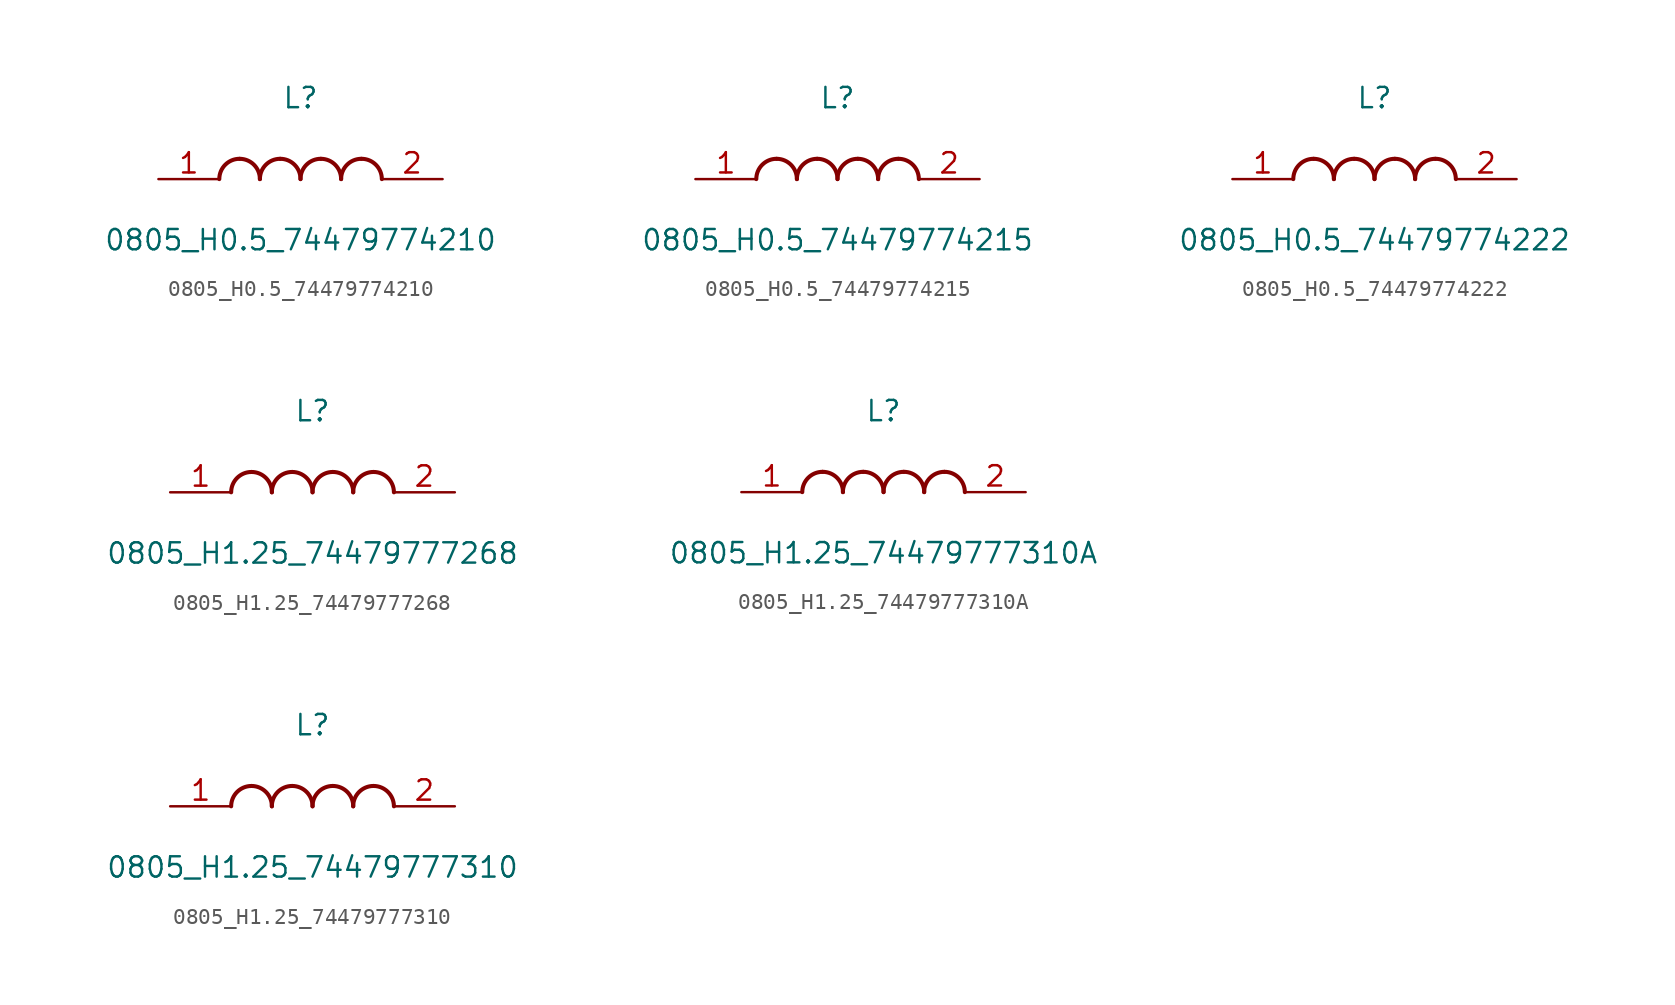
<source format=kicad_sym>
(kicad_symbol_lib
  (version 20211014)
  (generator kicad_symbol_editor)
  (symbol "Inductor_Wurth_WE-PMI:0805_H0.5_74479774210"
    (pin_names hide)
    (property "Reference" "L"
      (at 0 5.08 0)
      (effects (font (size 1.27 1.27))))
    (property "Value" "0805_H0.5_74479774210"
      (at 0 -3.81 0)
      (effects (font (size 1.27 1.27))))
    (symbol "0805_H0.5_74479774210_0_1"
      (arc (start -3.81 1.27) (mid -4.708 0.898) (end -5.08 0) (stroke (width 0.254) (type default) (color 0 0 0 0)) (fill (type none)))
      (arc (start -2.54 0) (mid -2.912 0.898) (end -3.81 1.27) (stroke (width 0.254) (type default) (color 0 0 0 0)) (fill (type none)))
      (arc (start -1.2699 1.2701) (mid -2.1679 0.8981) (end -2.5399 0.0001) (stroke (width 0.254) (type default) (color 0 0 0 0)) (fill (type none)))
      (arc (start 0.0001 0.0001) (mid -0.3719 0.8981) (end -1.2699 1.2701) (stroke (width 0.254) (type default) (color 0 0 0 0)) (fill (type none)))
      (arc (start 1.2701 1.2701) (mid 0.3721 0.8981) (end 0.0001 0.0001) (stroke (width 0.254) (type default) (color 0 0 0 0)) (fill (type none)))
      (arc (start 2.5401 0.0001) (mid 2.1681 0.8981) (end 1.2701 1.2701) (stroke (width 0.254) (type default) (color 0 0 0 0)) (fill (type none)))
      (arc (start 3.8101 1.2701) (mid 2.9121 0.8981) (end 2.5401 0.0001) (stroke (width 0.254) (type default) (color 0 0 0 0)) (fill (type none)))
      (arc (start 5.0801 0.0001) (mid 4.7081 0.8981) (end 3.8101 1.2701) (stroke (width 0.254) (type default) (color 0 0 0 0)) (fill (type none))))
    (symbol "0805_H0.5_74479774210_1_1"
      (pin passive line (at -8.89 0 0) (length 3.81) (name "1" (effects (font (size 1.27 1.27)))) (number "1" (effects (font (size 1.27 1.27)))))
      (pin passive line (at 8.89 0 180) (length 3.81) (name "2" (effects (font (size 1.27 1.27)))) (number "2" (effects (font (size 1.27 1.27)))))))
  (symbol "Inductor_Wurth_WE-PMI:0805_H0.5_74479774215"
    (pin_names hide)
    (property "Reference" "L"
      (at 0 5.08 0)
      (effects (font (size 1.27 1.27))))
    (property "Value" "0805_H0.5_74479774215"
      (at 0 -3.81 0)
      (effects (font (size 1.27 1.27))))
    (symbol "0805_H0.5_74479774215_0_1"
      (arc (start -3.81 1.27) (mid -4.708 0.898) (end -5.08 0) (stroke (width 0.254) (type default) (color 0 0 0 0)) (fill (type none)))
      (arc (start -2.54 0) (mid -2.912 0.898) (end -3.81 1.27) (stroke (width 0.254) (type default) (color 0 0 0 0)) (fill (type none)))
      (arc (start -1.2699 1.2701) (mid -2.1679 0.8981) (end -2.5399 0.0001) (stroke (width 0.254) (type default) (color 0 0 0 0)) (fill (type none)))
      (arc (start 0.0001 0.0001) (mid -0.3719 0.8981) (end -1.2699 1.2701) (stroke (width 0.254) (type default) (color 0 0 0 0)) (fill (type none)))
      (arc (start 1.2701 1.2701) (mid 0.3721 0.8981) (end 0.0001 0.0001) (stroke (width 0.254) (type default) (color 0 0 0 0)) (fill (type none)))
      (arc (start 2.5401 0.0001) (mid 2.1681 0.8981) (end 1.2701 1.2701) (stroke (width 0.254) (type default) (color 0 0 0 0)) (fill (type none)))
      (arc (start 3.8101 1.2701) (mid 2.9121 0.8981) (end 2.5401 0.0001) (stroke (width 0.254) (type default) (color 0 0 0 0)) (fill (type none)))
      (arc (start 5.0801 0.0001) (mid 4.7081 0.8981) (end 3.8101 1.2701) (stroke (width 0.254) (type default) (color 0 0 0 0)) (fill (type none))))
    (symbol "0805_H0.5_74479774215_1_1"
      (pin passive line (at -8.89 0 0) (length 3.81) (name "1" (effects (font (size 1.27 1.27)))) (number "1" (effects (font (size 1.27 1.27)))))
      (pin passive line (at 8.89 0 180) (length 3.81) (name "2" (effects (font (size 1.27 1.27)))) (number "2" (effects (font (size 1.27 1.27)))))))
  (symbol "Inductor_Wurth_WE-PMI:0805_H0.5_74479774222"
    (pin_names hide)
    (property "Reference" "L"
      (at 0 5.08 0)
      (effects (font (size 1.27 1.27))))
    (property "Value" "0805_H0.5_74479774222"
      (at 0 -3.81 0)
      (effects (font (size 1.27 1.27))))
    (symbol "0805_H0.5_74479774222_0_1"
      (arc (start -3.81 1.27) (mid -4.708 0.898) (end -5.08 0) (stroke (width 0.254) (type default) (color 0 0 0 0)) (fill (type none)))
      (arc (start -2.54 0) (mid -2.912 0.898) (end -3.81 1.27) (stroke (width 0.254) (type default) (color 0 0 0 0)) (fill (type none)))
      (arc (start -1.2699 1.2701) (mid -2.1679 0.8981) (end -2.5399 0.0001) (stroke (width 0.254) (type default) (color 0 0 0 0)) (fill (type none)))
      (arc (start 0.0001 0.0001) (mid -0.3719 0.8981) (end -1.2699 1.2701) (stroke (width 0.254) (type default) (color 0 0 0 0)) (fill (type none)))
      (arc (start 1.2701 1.2701) (mid 0.3721 0.8981) (end 0.0001 0.0001) (stroke (width 0.254) (type default) (color 0 0 0 0)) (fill (type none)))
      (arc (start 2.5401 0.0001) (mid 2.1681 0.8981) (end 1.2701 1.2701) (stroke (width 0.254) (type default) (color 0 0 0 0)) (fill (type none)))
      (arc (start 3.8101 1.2701) (mid 2.9121 0.8981) (end 2.5401 0.0001) (stroke (width 0.254) (type default) (color 0 0 0 0)) (fill (type none)))
      (arc (start 5.0801 0.0001) (mid 4.7081 0.8981) (end 3.8101 1.2701) (stroke (width 0.254) (type default) (color 0 0 0 0)) (fill (type none))))
    (symbol "0805_H0.5_74479774222_1_1"
      (pin passive line (at -8.89 0 0) (length 3.81) (name "1" (effects (font (size 1.27 1.27)))) (number "1" (effects (font (size 1.27 1.27)))))
      (pin passive line (at 8.89 0 180) (length 3.81) (name "2" (effects (font (size 1.27 1.27)))) (number "2" (effects (font (size 1.27 1.27)))))))
  (symbol "Inductor_Wurth_WE-PMI:0805_H1.25_74479777268"
    (pin_names hide)
    (property "Reference" "L"
      (at 0 5.08 0)
      (effects (font (size 1.27 1.27))))
    (property "Value" "0805_H1.25_74479777268"
      (at 0 -3.81 0)
      (effects (font (size 1.27 1.27))))
    (symbol "0805_H1.25_74479777268_0_1"
      (arc (start -3.81 1.27) (mid -4.708 0.898) (end -5.08 0) (stroke (width 0.254) (type default) (color 0 0 0 0)) (fill (type none)))
      (arc (start -2.54 0) (mid -2.912 0.898) (end -3.81 1.27) (stroke (width 0.254) (type default) (color 0 0 0 0)) (fill (type none)))
      (arc (start -1.2699 1.2701) (mid -2.1679 0.8981) (end -2.5399 0.0001) (stroke (width 0.254) (type default) (color 0 0 0 0)) (fill (type none)))
      (arc (start 0.0001 0.0001) (mid -0.3719 0.8981) (end -1.2699 1.2701) (stroke (width 0.254) (type default) (color 0 0 0 0)) (fill (type none)))
      (arc (start 1.2701 1.2701) (mid 0.3721 0.8981) (end 0.0001 0.0001) (stroke (width 0.254) (type default) (color 0 0 0 0)) (fill (type none)))
      (arc (start 2.5401 0.0001) (mid 2.1681 0.8981) (end 1.2701 1.2701) (stroke (width 0.254) (type default) (color 0 0 0 0)) (fill (type none)))
      (arc (start 3.8101 1.2701) (mid 2.9121 0.8981) (end 2.5401 0.0001) (stroke (width 0.254) (type default) (color 0 0 0 0)) (fill (type none)))
      (arc (start 5.0801 0.0001) (mid 4.7081 0.8981) (end 3.8101 1.2701) (stroke (width 0.254) (type default) (color 0 0 0 0)) (fill (type none))))
    (symbol "0805_H1.25_74479777268_1_1"
      (pin passive line (at -8.89 0 0) (length 3.81) (name "1" (effects (font (size 1.27 1.27)))) (number "1" (effects (font (size 1.27 1.27)))))
      (pin passive line (at 8.89 0 180) (length 3.81) (name "2" (effects (font (size 1.27 1.27)))) (number "2" (effects (font (size 1.27 1.27)))))))
  (symbol "Inductor_Wurth_WE-PMI:0805_H1.25_74479777310A"
    (pin_names hide)
    (property "Reference" "L"
      (at 0 5.08 0)
      (effects (font (size 1.27 1.27))))
    (property "Value" "0805_H1.25_74479777310A"
      (at 0 -3.81 0)
      (effects (font (size 1.27 1.27))))
    (symbol "0805_H1.25_74479777310A_0_1"
      (arc (start -3.81 1.27) (mid -4.708 0.898) (end -5.08 0) (stroke (width 0.254) (type default) (color 0 0 0 0)) (fill (type none)))
      (arc (start -2.54 0) (mid -2.912 0.898) (end -3.81 1.27) (stroke (width 0.254) (type default) (color 0 0 0 0)) (fill (type none)))
      (arc (start -1.2699 1.2701) (mid -2.1679 0.8981) (end -2.5399 0.0001) (stroke (width 0.254) (type default) (color 0 0 0 0)) (fill (type none)))
      (arc (start 0.0001 0.0001) (mid -0.3719 0.8981) (end -1.2699 1.2701) (stroke (width 0.254) (type default) (color 0 0 0 0)) (fill (type none)))
      (arc (start 1.2701 1.2701) (mid 0.3721 0.8981) (end 0.0001 0.0001) (stroke (width 0.254) (type default) (color 0 0 0 0)) (fill (type none)))
      (arc (start 2.5401 0.0001) (mid 2.1681 0.8981) (end 1.2701 1.2701) (stroke (width 0.254) (type default) (color 0 0 0 0)) (fill (type none)))
      (arc (start 3.8101 1.2701) (mid 2.9121 0.8981) (end 2.5401 0.0001) (stroke (width 0.254) (type default) (color 0 0 0 0)) (fill (type none)))
      (arc (start 5.0801 0.0001) (mid 4.7081 0.8981) (end 3.8101 1.2701) (stroke (width 0.254) (type default) (color 0 0 0 0)) (fill (type none))))
    (symbol "0805_H1.25_74479777310A_1_1"
      (pin passive line (at -8.89 0 0) (length 3.81) (name "1" (effects (font (size 1.27 1.27)))) (number "1" (effects (font (size 1.27 1.27)))))
      (pin passive line (at 8.89 0 180) (length 3.81) (name "2" (effects (font (size 1.27 1.27)))) (number "2" (effects (font (size 1.27 1.27)))))))
  (symbol "Inductor_Wurth_WE-PMI:0805_H1.25_74479777310"
    (pin_names hide)
    (property "Reference" "L"
      (at 0 5.08 0)
      (effects (font (size 1.27 1.27))))
    (property "Value" "0805_H1.25_74479777310"
      (at 0 -3.81 0)
      (effects (font (size 1.27 1.27))))
    (symbol "0805_H1.25_74479777310_0_1"
      (arc (start -3.81 1.27) (mid -4.708 0.898) (end -5.08 0) (stroke (width 0.254) (type default) (color 0 0 0 0)) (fill (type none)))
      (arc (start -2.54 0) (mid -2.912 0.898) (end -3.81 1.27) (stroke (width 0.254) (type default) (color 0 0 0 0)) (fill (type none)))
      (arc (start -1.2699 1.2701) (mid -2.1679 0.8981) (end -2.5399 0.0001) (stroke (width 0.254) (type default) (color 0 0 0 0)) (fill (type none)))
      (arc (start 0.0001 0.0001) (mid -0.3719 0.8981) (end -1.2699 1.2701) (stroke (width 0.254) (type default) (color 0 0 0 0)) (fill (type none)))
      (arc (start 1.2701 1.2701) (mid 0.3721 0.8981) (end 0.0001 0.0001) (stroke (width 0.254) (type default) (color 0 0 0 0)) (fill (type none)))
      (arc (start 2.5401 0.0001) (mid 2.1681 0.8981) (end 1.2701 1.2701) (stroke (width 0.254) (type default) (color 0 0 0 0)) (fill (type none)))
      (arc (start 3.8101 1.2701) (mid 2.9121 0.8981) (end 2.5401 0.0001) (stroke (width 0.254) (type default) (color 0 0 0 0)) (fill (type none)))
      (arc (start 5.0801 0.0001) (mid 4.7081 0.8981) (end 3.8101 1.2701) (stroke (width 0.254) (type default) (color 0 0 0 0)) (fill (type none))))
    (symbol "0805_H1.25_74479777310_1_1"
      (pin passive line (at -8.89 0 0) (length 3.81) (name "1" (effects (font (size 1.27 1.27)))) (number "1" (effects (font (size 1.27 1.27)))))
      (pin passive line (at 8.89 0 180) (length 3.81) (name "2" (effects (font (size 1.27 1.27)))) (number "2" (effects (font (size 1.27 1.27))))))))
</source>
